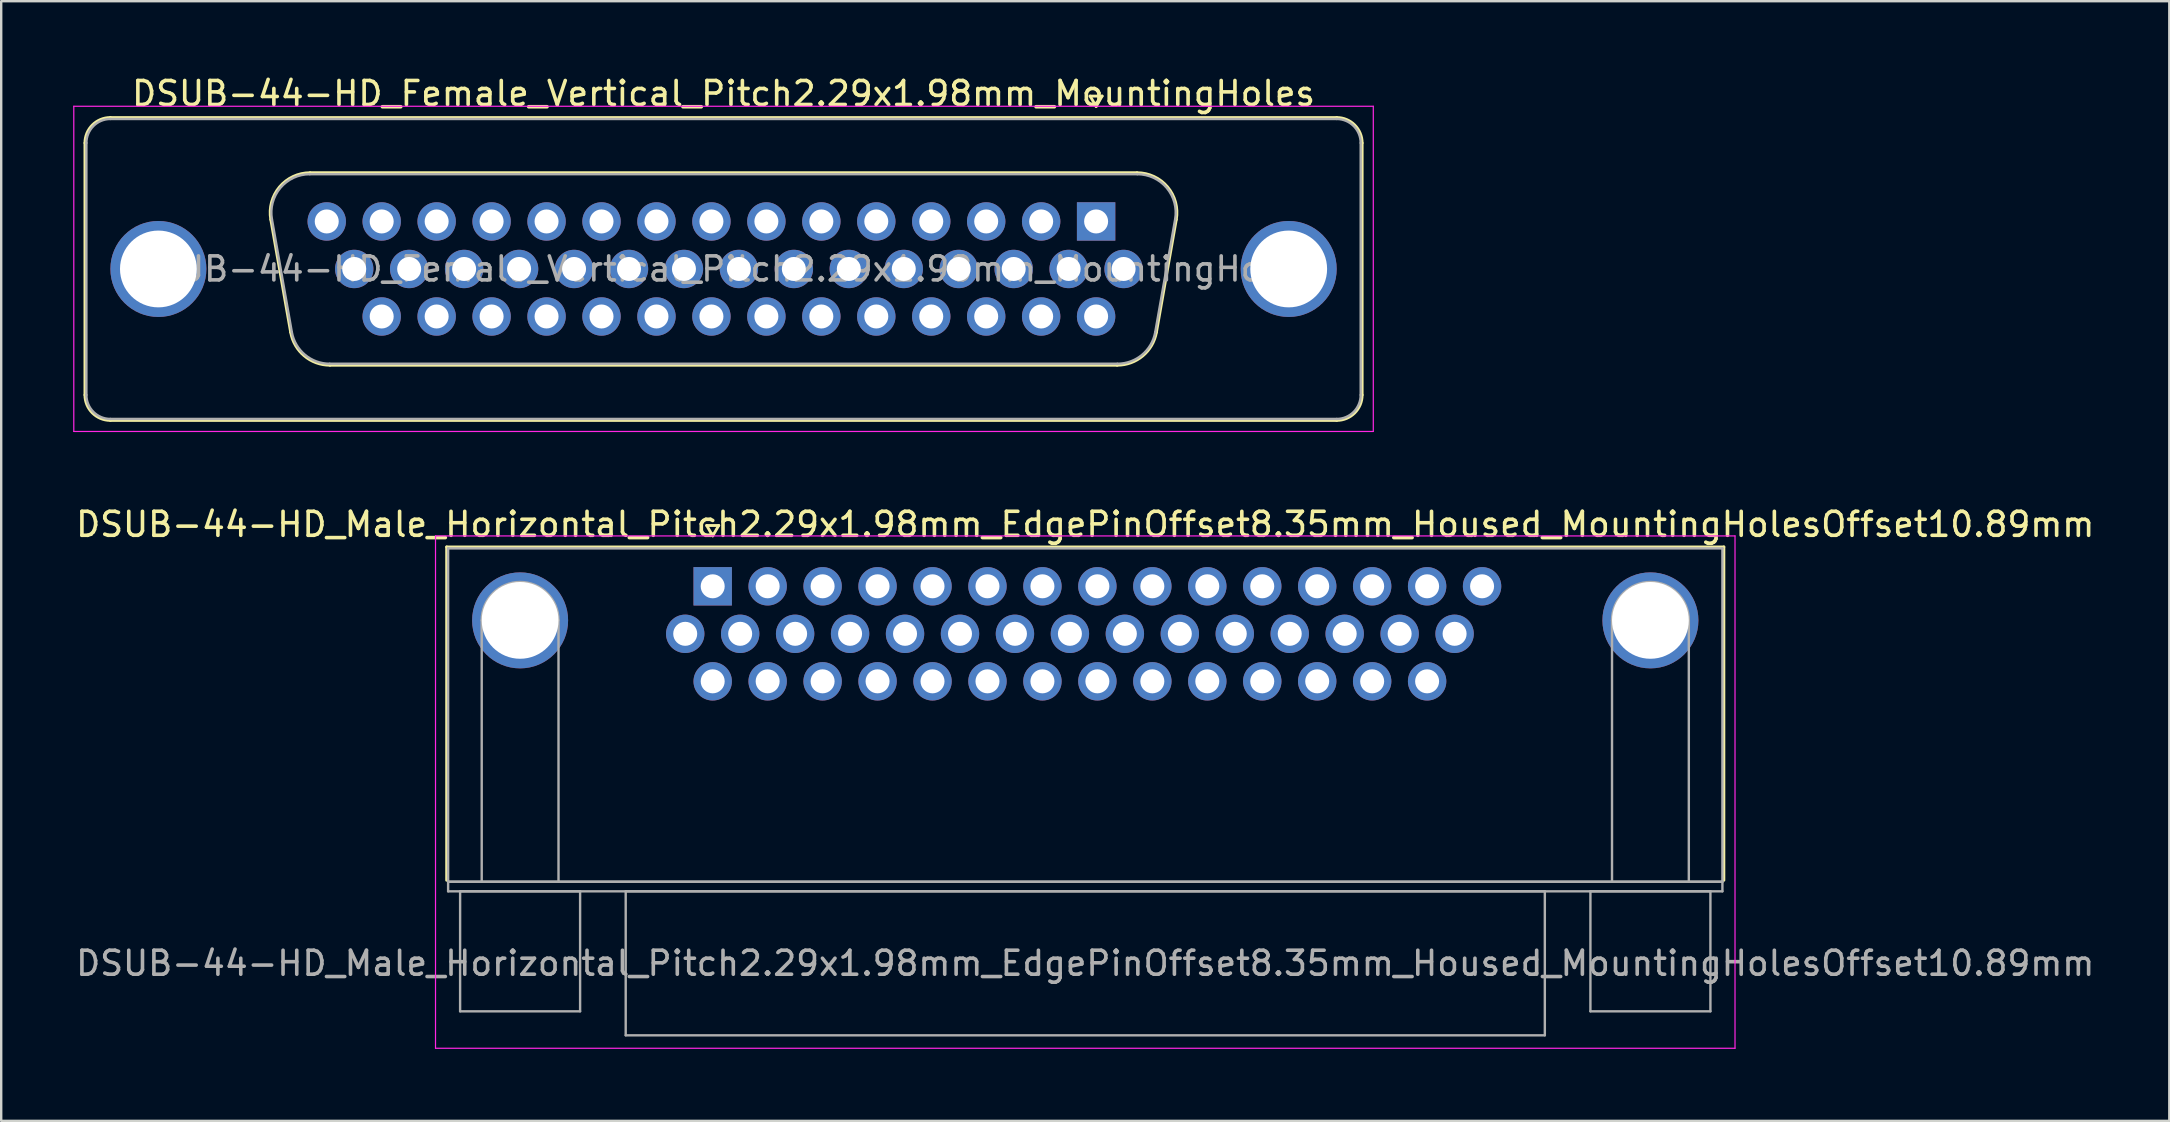
<source format=kicad_pcb>
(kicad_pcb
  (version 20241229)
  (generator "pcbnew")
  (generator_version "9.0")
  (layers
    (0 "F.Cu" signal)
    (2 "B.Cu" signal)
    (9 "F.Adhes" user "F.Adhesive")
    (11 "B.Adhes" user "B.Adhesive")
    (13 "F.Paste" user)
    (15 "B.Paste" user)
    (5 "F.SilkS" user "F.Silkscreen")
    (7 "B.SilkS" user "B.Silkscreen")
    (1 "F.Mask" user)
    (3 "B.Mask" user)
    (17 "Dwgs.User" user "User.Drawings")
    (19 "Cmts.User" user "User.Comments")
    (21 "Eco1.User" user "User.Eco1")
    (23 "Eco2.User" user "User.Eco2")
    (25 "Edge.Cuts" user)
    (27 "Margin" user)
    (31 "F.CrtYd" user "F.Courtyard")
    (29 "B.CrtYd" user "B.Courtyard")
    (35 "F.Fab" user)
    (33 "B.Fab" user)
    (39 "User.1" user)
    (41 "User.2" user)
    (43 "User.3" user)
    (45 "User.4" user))
  (footprint "DSUB-44-HD_Male_Horizontal_Pitch2.29x1.98mm_EdgePinOffset8.35mm_Housed_MountingHolesOffset10.89mm"
    (layer "F.Cu")
    (at 26.648 21.381)
    (property "Reference" "DSUB-44-HD_Male_Horizontal_Pitch2.29x1.98mm_EdgePinOffset8.35mm_Housed_MountingHolesOffset10.89mm" (at 15.525 -2.58 0) (layer "F.SilkS") (effects (font (size 1 1) (thickness 0.15))))
    (attr through_hole)
    (fp_line (start -11.085 -1.64) (end 42.135 -1.64) (stroke (width 0.12) (type solid)) (layer "F.SilkS"))
    (fp_line (start -11.085 12.25) (end -11.085 -1.64) (stroke (width 0.12) (type solid)) (layer "F.SilkS"))
    (fp_line (start -0.25 -2.534) (end 0.25 -2.534) (stroke (width 0.12) (type solid)) (layer "F.SilkS"))
    (fp_line (start 0 -2.101) (end -0.25 -2.534) (stroke (width 0.12) (type solid)) (layer "F.SilkS"))
    (fp_line (start 0.25 -2.534) (end 0 -2.101) (stroke (width 0.12) (type solid)) (layer "F.SilkS"))
    (fp_line (start 42.135 -1.64) (end 42.135 12.25) (stroke (width 0.12) (type solid)) (layer "F.SilkS"))
    (fp_line (start -11.55 -2.1) (end -11.55 19.25) (stroke (width 0.05) (type solid)) (layer "F.CrtYd"))
    (fp_line (start -11.55 19.25) (end 42.6 19.25) (stroke (width 0.05) (type solid)) (layer "F.CrtYd"))
    (fp_line (start 42.6 -2.1) (end -11.55 -2.1) (stroke (width 0.05) (type solid)) (layer "F.CrtYd"))
    (fp_line (start 42.6 19.25) (end 42.6 -2.1) (stroke (width 0.05) (type solid)) (layer "F.CrtYd"))
    (fp_line (start -11.025 -1.58) (end -11.025 12.31) (stroke (width 0.1) (type solid)) (layer "F.Fab"))
    (fp_line (start -11.025 12.31) (end -11.025 12.71) (stroke (width 0.1) (type solid)) (layer "F.Fab"))
    (fp_line (start -11.025 12.31) (end 42.075 12.31) (stroke (width 0.1) (type solid)) (layer "F.Fab"))
    (fp_line (start -11.025 12.71) (end 42.075 12.71) (stroke (width 0.1) (type solid)) (layer "F.Fab"))
    (fp_line (start -10.525 12.71) (end -10.525 17.71) (stroke (width 0.1) (type solid)) (layer "F.Fab"))
    (fp_line (start -10.525 17.71) (end -5.525 17.71) (stroke (width 0.1) (type solid)) (layer "F.Fab"))
    (fp_line (start -9.625 12.31) (end -9.625 1.42) (stroke (width 0.1) (type solid)) (layer "F.Fab"))
    (fp_line (start -6.425 12.31) (end -6.425 1.42) (stroke (width 0.1) (type solid)) (layer "F.Fab"))
    (fp_line (start -5.525 12.71) (end -10.525 12.71) (stroke (width 0.1) (type solid)) (layer "F.Fab"))
    (fp_line (start -5.525 17.71) (end -5.525 12.71) (stroke (width 0.1) (type solid)) (layer "F.Fab"))
    (fp_line (start -3.625 12.71) (end -3.625 18.71) (stroke (width 0.1) (type solid)) (layer "F.Fab"))
    (fp_line (start -3.625 18.71) (end 34.675 18.71) (stroke (width 0.1) (type solid)) (layer "F.Fab"))
    (fp_line (start 34.675 12.71) (end -3.625 12.71) (stroke (width 0.1) (type solid)) (layer "F.Fab"))
    (fp_line (start 34.675 18.71) (end 34.675 12.71) (stroke (width 0.1) (type solid)) (layer "F.Fab"))
    (fp_line (start 36.575 12.71) (end 36.575 17.71) (stroke (width 0.1) (type solid)) (layer "F.Fab"))
    (fp_line (start 36.575 17.71) (end 41.575 17.71) (stroke (width 0.1) (type solid)) (layer "F.Fab"))
    (fp_line (start 37.475 12.31) (end 37.475 1.42) (stroke (width 0.1) (type solid)) (layer "F.Fab"))
    (fp_line (start 40.675 12.31) (end 40.675 1.42) (stroke (width 0.1) (type solid)) (layer "F.Fab"))
    (fp_line (start 41.575 12.71) (end 36.575 12.71) (stroke (width 0.1) (type solid)) (layer "F.Fab"))
    (fp_line (start 41.575 17.71) (end 41.575 12.71) (stroke (width 0.1) (type solid)) (layer "F.Fab"))
    (fp_line (start 42.075 -1.58) (end -11.025 -1.58) (stroke (width 0.1) (type solid)) (layer "F.Fab"))
    (fp_line (start 42.075 12.31) (end -11.025 12.31) (stroke (width 0.1) (type solid)) (layer "F.Fab"))
    (fp_line (start 42.075 12.31) (end 42.075 -1.58) (stroke (width 0.1) (type solid)) (layer "F.Fab"))
    (fp_line (start 42.075 12.71) (end 42.075 12.31) (stroke (width 0.1) (type solid)) (layer "F.Fab"))
    (fp_arc (start -9.625 1.42) (mid -8.025 -0.18) (end -6.425 1.42) (stroke (width 0.1) (type solid)) (layer "F.Fab"))
    (fp_arc (start 37.475 1.42) (mid 39.075 -0.18) (end 40.675 1.42) (stroke (width 0.1) (type solid)) (layer "F.Fab"))
    (fp_text user "${REFERENCE}" (at 15.525 15.71 0) (layer "F.Fab") (effects (font (size 1 1) (thickness 0.15))))
    (pad "0" thru_hole circle (at -8.025 1.42) (size 4 4) (drill 3.2) (layers "*.Cu" "*.Mask"))
    (pad "0" thru_hole circle (at 39.075 1.42) (size 4 4) (drill 3.2) (layers "*.Cu" "*.Mask"))
    (pad "1" thru_hole rect (at 0 0) (size 1.6 1.6) (drill 1) (layers "*.Cu" "*.Mask"))
    (pad "2" thru_hole circle (at 2.29 0) (size 1.6 1.6) (drill 1) (layers "*.Cu" "*.Mask"))
    (pad "3" thru_hole circle (at 4.58 0) (size 1.6 1.6) (drill 1) (layers "*.Cu" "*.Mask"))
    (pad "4" thru_hole circle (at 6.87 0) (size 1.6 1.6) (drill 1) (layers "*.Cu" "*.Mask"))
    (pad "5" thru_hole circle (at 9.16 0) (size 1.6 1.6) (drill 1) (layers "*.Cu" "*.Mask"))
    (pad "6" thru_hole circle (at 11.45 0) (size 1.6 1.6) (drill 1) (layers "*.Cu" "*.Mask"))
    (pad "7" thru_hole circle (at 13.74 0) (size 1.6 1.6) (drill 1) (layers "*.Cu" "*.Mask"))
    (pad "8" thru_hole circle (at 16.03 0) (size 1.6 1.6) (drill 1) (layers "*.Cu" "*.Mask"))
    (pad "9" thru_hole circle (at 18.32 0) (size 1.6 1.6) (drill 1) (layers "*.Cu" "*.Mask"))
    (pad "10" thru_hole circle (at 20.61 0) (size 1.6 1.6) (drill 1) (layers "*.Cu" "*.Mask"))
    (pad "11" thru_hole circle (at 22.9 0) (size 1.6 1.6) (drill 1) (layers "*.Cu" "*.Mask"))
    (pad "12" thru_hole circle (at 25.19 0) (size 1.6 1.6) (drill 1) (layers "*.Cu" "*.Mask"))
    (pad "13" thru_hole circle (at 27.48 0) (size 1.6 1.6) (drill 1) (layers "*.Cu" "*.Mask"))
    (pad "14" thru_hole circle (at 29.77 0) (size 1.6 1.6) (drill 1) (layers "*.Cu" "*.Mask"))
    (pad "15" thru_hole circle (at 32.06 0) (size 1.6 1.6) (drill 1) (layers "*.Cu" "*.Mask"))
    (pad "16" thru_hole circle (at -1.145 1.98) (size 1.6 1.6) (drill 1) (layers "*.Cu" "*.Mask"))
    (pad "17" thru_hole circle (at 1.145 1.98) (size 1.6 1.6) (drill 1) (layers "*.Cu" "*.Mask"))
    (pad "18" thru_hole circle (at 3.435 1.98) (size 1.6 1.6) (drill 1) (layers "*.Cu" "*.Mask"))
    (pad "19" thru_hole circle (at 5.725 1.98) (size 1.6 1.6) (drill 1) (layers "*.Cu" "*.Mask"))
    (pad "20" thru_hole circle (at 8.015 1.98) (size 1.6 1.6) (drill 1) (layers "*.Cu" "*.Mask"))
    (pad "21" thru_hole circle (at 10.305 1.98) (size 1.6 1.6) (drill 1) (layers "*.Cu" "*.Mask"))
    (pad "22" thru_hole circle (at 12.595 1.98) (size 1.6 1.6) (drill 1) (layers "*.Cu" "*.Mask"))
    (pad "23" thru_hole circle (at 14.885 1.98) (size 1.6 1.6) (drill 1) (layers "*.Cu" "*.Mask"))
    (pad "24" thru_hole circle (at 17.175 1.98) (size 1.6 1.6) (drill 1) (layers "*.Cu" "*.Mask"))
    (pad "25" thru_hole circle (at 19.465 1.98) (size 1.6 1.6) (drill 1) (layers "*.Cu" "*.Mask"))
    (pad "26" thru_hole circle (at 21.755 1.98) (size 1.6 1.6) (drill 1) (layers "*.Cu" "*.Mask"))
    (pad "27" thru_hole circle (at 24.045 1.98) (size 1.6 1.6) (drill 1) (layers "*.Cu" "*.Mask"))
    (pad "28" thru_hole circle (at 26.335 1.98) (size 1.6 1.6) (drill 1) (layers "*.Cu" "*.Mask"))
    (pad "29" thru_hole circle (at 28.625 1.98) (size 1.6 1.6) (drill 1) (layers "*.Cu" "*.Mask"))
    (pad "30" thru_hole circle (at 30.915 1.98) (size 1.6 1.6) (drill 1) (layers "*.Cu" "*.Mask"))
    (pad "31" thru_hole circle (at 0 3.96) (size 1.6 1.6) (drill 1) (layers "*.Cu" "*.Mask"))
    (pad "32" thru_hole circle (at 2.29 3.96) (size 1.6 1.6) (drill 1) (layers "*.Cu" "*.Mask"))
    (pad "33" thru_hole circle (at 4.58 3.96) (size 1.6 1.6) (drill 1) (layers "*.Cu" "*.Mask"))
    (pad "34" thru_hole circle (at 6.87 3.96) (size 1.6 1.6) (drill 1) (layers "*.Cu" "*.Mask"))
    (pad "35" thru_hole circle (at 9.16 3.96) (size 1.6 1.6) (drill 1) (layers "*.Cu" "*.Mask"))
    (pad "36" thru_hole circle (at 11.45 3.96) (size 1.6 1.6) (drill 1) (layers "*.Cu" "*.Mask"))
    (pad "37" thru_hole circle (at 13.74 3.96) (size 1.6 1.6) (drill 1) (layers "*.Cu" "*.Mask"))
    (pad "38" thru_hole circle (at 16.03 3.96) (size 1.6 1.6) (drill 1) (layers "*.Cu" "*.Mask"))
    (pad "39" thru_hole circle (at 18.32 3.96) (size 1.6 1.6) (drill 1) (layers "*.Cu" "*.Mask"))
    (pad "40" thru_hole circle (at 20.61 3.96) (size 1.6 1.6) (drill 1) (layers "*.Cu" "*.Mask"))
    (pad "41" thru_hole circle (at 22.9 3.96) (size 1.6 1.6) (drill 1) (layers "*.Cu" "*.Mask"))
    (pad "42" thru_hole circle (at 25.19 3.96) (size 1.6 1.6) (drill 1) (layers "*.Cu" "*.Mask"))
    (pad "43" thru_hole circle (at 27.48 3.96) (size 1.6 1.6) (drill 1) (layers "*.Cu" "*.Mask"))
    (pad "44" thru_hole circle (at 29.77 3.96) (size 1.6 1.6) (drill 1) (layers "*.Cu" "*.Mask")))
  (footprint "DSUB-44-HD_Female_Vertical_Pitch2.29x1.98mm_MountingHoles"
    (layer "F.Cu")
    (at 42.625 6.178)
    (property "Reference" "DSUB-44-HD_Female_Vertical_Pitch2.29x1.98mm_MountingHoles" (at -15.525 -5.33 0) (layer "F.SilkS") (effects (font (size 1 1) (thickness 0.15))))
    (attr through_hole)
    (fp_line (start -42.135 7.23) (end -42.135 -3.27) (stroke (width 0.12) (type solid)) (layer "F.SilkS"))
    (fp_line (start -41.075 -4.33) (end 10.025 -4.33) (stroke (width 0.12) (type solid)) (layer "F.SilkS"))
    (fp_line (start -34.391 -0.082) (end -33.563 4.618) (stroke (width 0.12) (type solid)) (layer "F.SilkS"))
    (fp_line (start -32.757 -2.03) (end 1.707 -2.03) (stroke (width 0.12) (type solid)) (layer "F.SilkS"))
    (fp_line (start -31.928 5.99) (end 0.878 5.99) (stroke (width 0.12) (type solid)) (layer "F.SilkS"))
    (fp_line (start -0.25 -5.224) (end 0.25 -5.224) (stroke (width 0.12) (type solid)) (layer "F.SilkS"))
    (fp_line (start 0 -4.791) (end -0.25 -5.224) (stroke (width 0.12) (type solid)) (layer "F.SilkS"))
    (fp_line (start 0.25 -5.224) (end 0 -4.791) (stroke (width 0.12) (type solid)) (layer "F.SilkS"))
    (fp_line (start 3.341 -0.082) (end 2.513 4.618) (stroke (width 0.12) (type solid)) (layer "F.SilkS"))
    (fp_line (start 10.025 8.29) (end -41.075 8.29) (stroke (width 0.12) (type solid)) (layer "F.SilkS"))
    (fp_line (start 11.085 -3.27) (end 11.085 7.23) (stroke (width 0.12) (type solid)) (layer "F.SilkS"))
    (fp_arc (start -42.135 -3.27) (mid -41.824533 -4.019533) (end -41.075 -4.33) (stroke (width 0.12) (type solid)) (layer "F.SilkS"))
    (fp_arc (start -41.075 8.29) (mid -41.824533 7.979533) (end -42.135 7.23) (stroke (width 0.12) (type solid)) (layer "F.SilkS"))
    (fp_arc (start -34.39147 -0.081744) (mid -34.028323 -1.437028) (end -32.756689 -2.03) (stroke (width 0.12) (type solid)) (layer "F.SilkS"))
    (fp_arc (start -31.927952 5.99) (mid -32.994979 5.601634) (end -33.562733 4.618256) (stroke (width 0.12) (type solid)) (layer "F.SilkS"))
    (fp_arc (start 1.706689 -2.03) (mid 2.978323 -1.437027) (end 3.34147 -0.081744) (stroke (width 0.12) (type solid)) (layer "F.SilkS"))
    (fp_arc (start 2.512733 4.618256) (mid 1.94498 5.601634) (end 0.877952 5.99) (stroke (width 0.12) (type solid)) (layer "F.SilkS"))
    (fp_arc (start 10.025 -4.33) (mid 10.774533 -4.019533) (end 11.085 -3.27) (stroke (width 0.12) (type solid)) (layer "F.SilkS"))
    (fp_arc (start 11.085 7.23) (mid 10.774533 7.979533) (end 10.025 8.29) (stroke (width 0.12) (type solid)) (layer "F.SilkS"))
    (fp_line (start -42.6 -4.8) (end -42.6 8.75) (stroke (width 0.05) (type solid)) (layer "F.CrtYd"))
    (fp_line (start -42.6 8.75) (end 11.55 8.75) (stroke (width 0.05) (type solid)) (layer "F.CrtYd"))
    (fp_line (start 11.55 -4.8) (end -42.6 -4.8) (stroke (width 0.05) (type solid)) (layer "F.CrtYd"))
    (fp_line (start 11.55 8.75) (end 11.55 -4.8) (stroke (width 0.05) (type solid)) (layer "F.CrtYd"))
    (fp_line (start -42.075 7.23) (end -42.075 -3.27) (stroke (width 0.1) (type solid)) (layer "F.Fab"))
    (fp_line (start -41.075 -4.27) (end 10.025 -4.27) (stroke (width 0.1) (type solid)) (layer "F.Fab"))
    (fp_line (start -34.344 -0.092) (end -33.515 4.608) (stroke (width 0.1) (type solid)) (layer "F.Fab"))
    (fp_line (start -32.768 -1.97) (end 1.718 -1.97) (stroke (width 0.1) (type solid)) (layer "F.Fab"))
    (fp_line (start -31.939 5.93) (end 0.889 5.93) (stroke (width 0.1) (type solid)) (layer "F.Fab"))
    (fp_line (start 3.294 -0.092) (end 2.465 4.608) (stroke (width 0.1) (type solid)) (layer "F.Fab"))
    (fp_line (start 10.025 8.23) (end -41.075 8.23) (stroke (width 0.1) (type solid)) (layer "F.Fab"))
    (fp_line (start 11.025 -3.27) (end 11.025 7.23) (stroke (width 0.1) (type solid)) (layer "F.Fab"))
    (fp_arc (start -42.075 -3.27) (mid -41.782107 -3.977107) (end -41.075 -4.27) (stroke (width 0.1) (type solid)) (layer "F.Fab"))
    (fp_arc (start -41.075 8.23) (mid -41.782107 7.937107) (end -42.075 7.23) (stroke (width 0.1) (type solid)) (layer "F.Fab"))
    (fp_arc (start -34.343886 -0.092163) (mid -33.993865 -1.39846) (end -32.768194 -1.97) (stroke (width 0.1) (type solid)) (layer "F.Fab"))
    (fp_arc (start -31.939457 5.93) (mid -32.967917 5.555671) (end -33.515149 4.607837) (stroke (width 0.1) (type solid)) (layer "F.Fab"))
    (fp_arc (start 1.718194 -1.97) (mid 2.943865 -1.39846) (end 3.293886 -0.092163) (stroke (width 0.1) (type solid)) (layer "F.Fab"))
    (fp_arc (start 2.465149 4.607837) (mid 1.917917 5.555671) (end 0.889457 5.93) (stroke (width 0.1) (type solid)) (layer "F.Fab"))
    (fp_arc (start 10.025 -4.27) (mid 10.732107 -3.977107) (end 11.025 -3.27) (stroke (width 0.1) (type solid)) (layer "F.Fab"))
    (fp_arc (start 11.025 7.23) (mid 10.732107 7.937107) (end 10.025 8.23) (stroke (width 0.1) (type solid)) (layer "F.Fab"))
    (fp_text user "${REFERENCE}" (at -15.525 1.98 0) (layer "F.Fab") (effects (font (size 1 1) (thickness 0.15))))
    (pad "0" thru_hole circle (at -39.075 1.98) (size 4 4) (drill 3.2) (layers "*.Cu" "*.Mask"))
    (pad "0" thru_hole circle (at 8.025 1.98) (size 4 4) (drill 3.2) (layers "*.Cu" "*.Mask"))
    (pad "1" thru_hole rect (at 0 0) (size 1.6 1.6) (drill 1) (layers "*.Cu" "*.Mask"))
    (pad "2" thru_hole circle (at -2.29 0) (size 1.6 1.6) (drill 1) (layers "*.Cu" "*.Mask"))
    (pad "3" thru_hole circle (at -4.58 0) (size 1.6 1.6) (drill 1) (layers "*.Cu" "*.Mask"))
    (pad "4" thru_hole circle (at -6.87 0) (size 1.6 1.6) (drill 1) (layers "*.Cu" "*.Mask"))
    (pad "5" thru_hole circle (at -9.16 0) (size 1.6 1.6) (drill 1) (layers "*.Cu" "*.Mask"))
    (pad "6" thru_hole circle (at -11.45 0) (size 1.6 1.6) (drill 1) (layers "*.Cu" "*.Mask"))
    (pad "7" thru_hole circle (at -13.74 0) (size 1.6 1.6) (drill 1) (layers "*.Cu" "*.Mask"))
    (pad "8" thru_hole circle (at -16.03 0) (size 1.6 1.6) (drill 1) (layers "*.Cu" "*.Mask"))
    (pad "9" thru_hole circle (at -18.32 0) (size 1.6 1.6) (drill 1) (layers "*.Cu" "*.Mask"))
    (pad "10" thru_hole circle (at -20.61 0) (size 1.6 1.6) (drill 1) (layers "*.Cu" "*.Mask"))
    (pad "11" thru_hole circle (at -22.9 0) (size 1.6 1.6) (drill 1) (layers "*.Cu" "*.Mask"))
    (pad "12" thru_hole circle (at -25.19 0) (size 1.6 1.6) (drill 1) (layers "*.Cu" "*.Mask"))
    (pad "13" thru_hole circle (at -27.48 0) (size 1.6 1.6) (drill 1) (layers "*.Cu" "*.Mask"))
    (pad "14" thru_hole circle (at -29.77 0) (size 1.6 1.6) (drill 1) (layers "*.Cu" "*.Mask"))
    (pad "15" thru_hole circle (at -32.06 0) (size 1.6 1.6) (drill 1) (layers "*.Cu" "*.Mask"))
    (pad "16" thru_hole circle (at 1.145 1.98) (size 1.6 1.6) (drill 1) (layers "*.Cu" "*.Mask"))
    (pad "17" thru_hole circle (at -1.145 1.98) (size 1.6 1.6) (drill 1) (layers "*.Cu" "*.Mask"))
    (pad "18" thru_hole circle (at -3.435 1.98) (size 1.6 1.6) (drill 1) (layers "*.Cu" "*.Mask"))
    (pad "19" thru_hole circle (at -5.725 1.98) (size 1.6 1.6) (drill 1) (layers "*.Cu" "*.Mask"))
    (pad "20" thru_hole circle (at -8.015 1.98) (size 1.6 1.6) (drill 1) (layers "*.Cu" "*.Mask"))
    (pad "21" thru_hole circle (at -10.305 1.98) (size 1.6 1.6) (drill 1) (layers "*.Cu" "*.Mask"))
    (pad "22" thru_hole circle (at -12.595 1.98) (size 1.6 1.6) (drill 1) (layers "*.Cu" "*.Mask"))
    (pad "23" thru_hole circle (at -14.885 1.98) (size 1.6 1.6) (drill 1) (layers "*.Cu" "*.Mask"))
    (pad "24" thru_hole circle (at -17.175 1.98) (size 1.6 1.6) (drill 1) (layers "*.Cu" "*.Mask"))
    (pad "25" thru_hole circle (at -19.465 1.98) (size 1.6 1.6) (drill 1) (layers "*.Cu" "*.Mask"))
    (pad "26" thru_hole circle (at -21.755 1.98) (size 1.6 1.6) (drill 1) (layers "*.Cu" "*.Mask"))
    (pad "27" thru_hole circle (at -24.045 1.98) (size 1.6 1.6) (drill 1) (layers "*.Cu" "*.Mask"))
    (pad "28" thru_hole circle (at -26.335 1.98) (size 1.6 1.6) (drill 1) (layers "*.Cu" "*.Mask"))
    (pad "29" thru_hole circle (at -28.625 1.98) (size 1.6 1.6) (drill 1) (layers "*.Cu" "*.Mask"))
    (pad "30" thru_hole circle (at -30.915 1.98) (size 1.6 1.6) (drill 1) (layers "*.Cu" "*.Mask"))
    (pad "31" thru_hole circle (at 0 3.96) (size 1.6 1.6) (drill 1) (layers "*.Cu" "*.Mask"))
    (pad "32" thru_hole circle (at -2.29 3.96) (size 1.6 1.6) (drill 1) (layers "*.Cu" "*.Mask"))
    (pad "33" thru_hole circle (at -4.58 3.96) (size 1.6 1.6) (drill 1) (layers "*.Cu" "*.Mask"))
    (pad "34" thru_hole circle (at -6.87 3.96) (size 1.6 1.6) (drill 1) (layers "*.Cu" "*.Mask"))
    (pad "35" thru_hole circle (at -9.16 3.96) (size 1.6 1.6) (drill 1) (layers "*.Cu" "*.Mask"))
    (pad "36" thru_hole circle (at -11.45 3.96) (size 1.6 1.6) (drill 1) (layers "*.Cu" "*.Mask"))
    (pad "37" thru_hole circle (at -13.74 3.96) (size 1.6 1.6) (drill 1) (layers "*.Cu" "*.Mask"))
    (pad "38" thru_hole circle (at -16.03 3.96) (size 1.6 1.6) (drill 1) (layers "*.Cu" "*.Mask"))
    (pad "39" thru_hole circle (at -18.32 3.96) (size 1.6 1.6) (drill 1) (layers "*.Cu" "*.Mask"))
    (pad "40" thru_hole circle (at -20.61 3.96) (size 1.6 1.6) (drill 1) (layers "*.Cu" "*.Mask"))
    (pad "41" thru_hole circle (at -22.9 3.96) (size 1.6 1.6) (drill 1) (layers "*.Cu" "*.Mask"))
    (pad "42" thru_hole circle (at -25.19 3.96) (size 1.6 1.6) (drill 1) (layers "*.Cu" "*.Mask"))
    (pad "43" thru_hole circle (at -27.48 3.96) (size 1.6 1.6) (drill 1) (layers "*.Cu" "*.Mask"))
    (pad "44" thru_hole circle (at -29.77 3.96) (size 1.6 1.6) (drill 1) (layers "*.Cu" "*.Mask")))
  (gr_rect
    (start -3 -3)
    (end 87.345 43.657)
    (stroke (width 0.1) (type default))
    (fill no)
    (layer "Edge.Cuts")))
</source>
